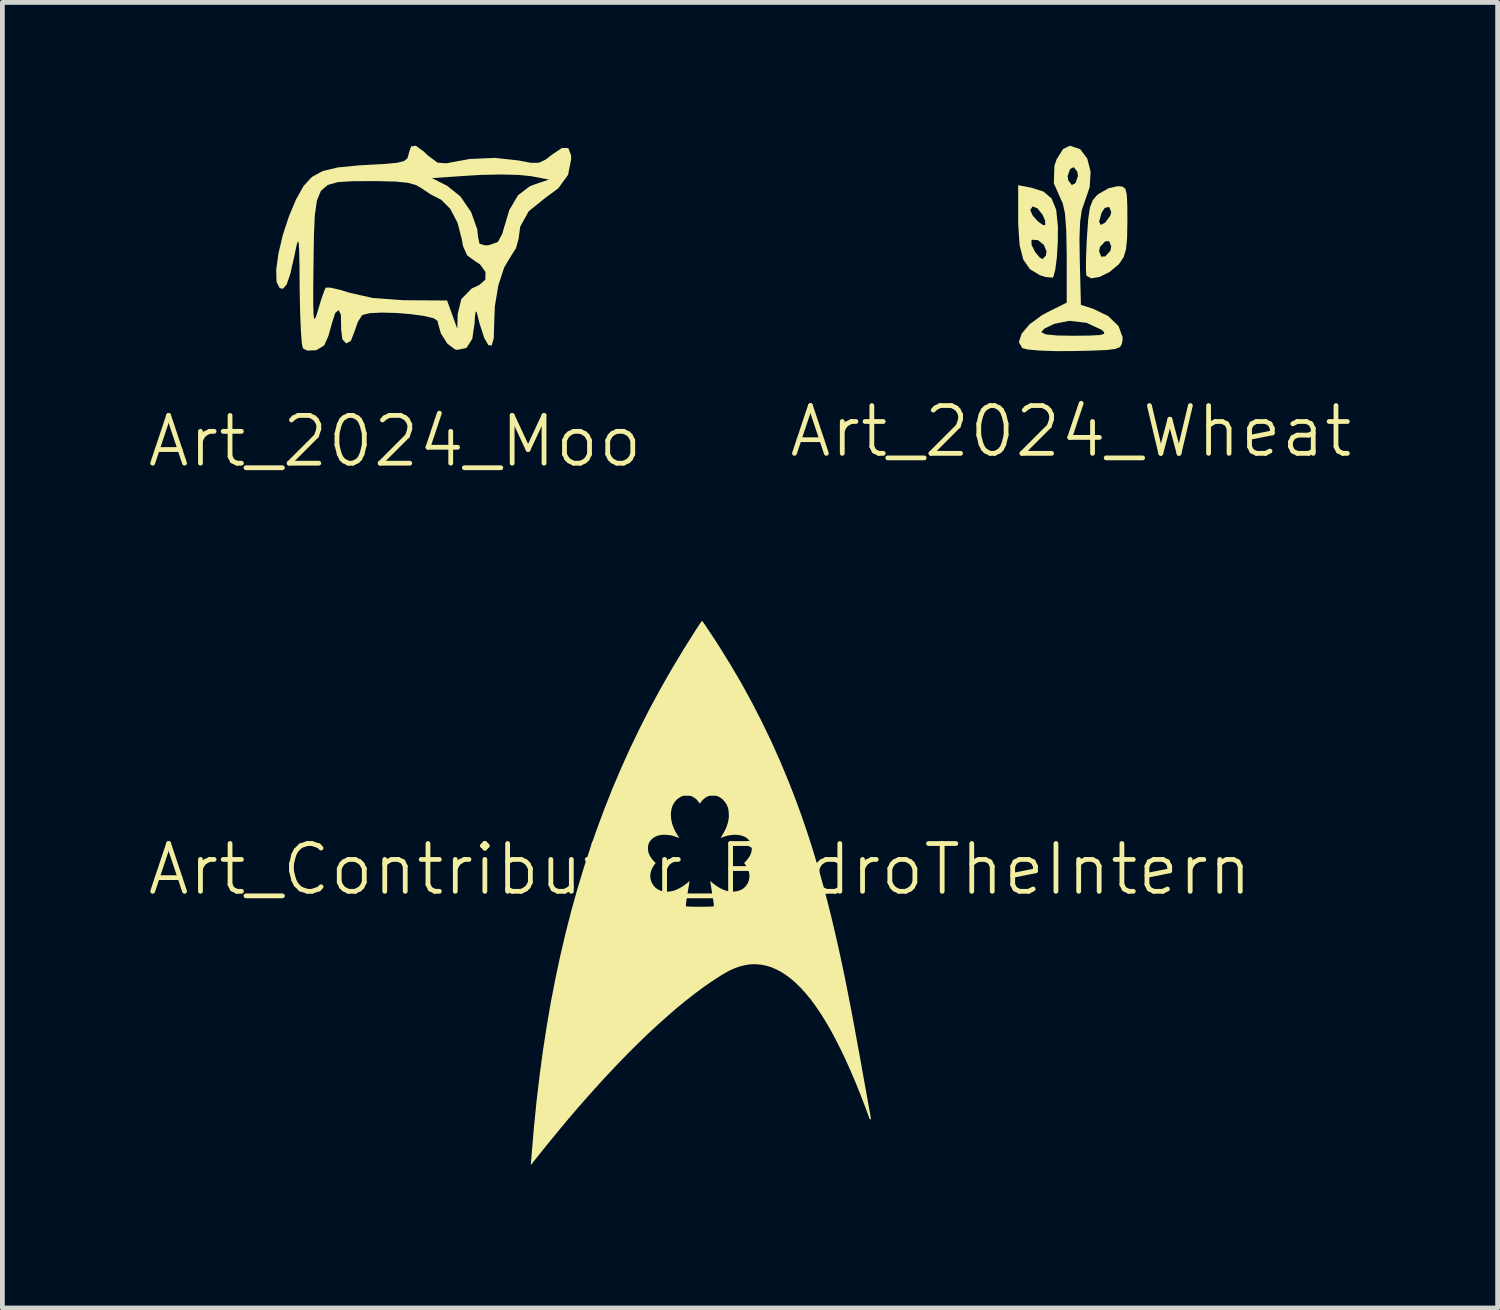
<source format=kicad_pcb>
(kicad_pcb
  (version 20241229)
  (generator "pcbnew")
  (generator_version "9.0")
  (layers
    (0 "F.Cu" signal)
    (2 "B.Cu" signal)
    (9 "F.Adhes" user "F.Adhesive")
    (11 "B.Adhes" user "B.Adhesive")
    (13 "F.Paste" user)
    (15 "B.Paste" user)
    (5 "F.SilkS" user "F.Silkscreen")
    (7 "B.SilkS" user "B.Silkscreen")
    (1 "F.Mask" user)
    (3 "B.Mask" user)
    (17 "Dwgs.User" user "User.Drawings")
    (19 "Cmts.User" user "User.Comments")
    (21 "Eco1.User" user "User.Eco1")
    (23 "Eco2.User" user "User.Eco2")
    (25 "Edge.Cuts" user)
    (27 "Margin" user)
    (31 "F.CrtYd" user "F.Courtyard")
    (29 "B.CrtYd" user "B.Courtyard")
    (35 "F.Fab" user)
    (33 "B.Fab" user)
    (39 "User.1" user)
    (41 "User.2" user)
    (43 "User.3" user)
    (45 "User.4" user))
  (footprint "Art_2024_Moo"
    (layer "F.Cu")
    (at 5.217 1.967)
    (property "Reference" "Art_2024_Moo" (at 0 4.22 0) (unlocked yes) (layer "F.SilkS") (effects (font (size 1 1) (thickness 0.1))))
    (attr smd)
    (fp_poly (pts (xy 0.603 -1.845) (xy 0.683 -1.768) (xy 0.888 -1.614) (xy 1.074 -1.598) (xy 1.089 -1.602) (xy 1.564 -1.69) (xy 2.091 -1.712) (xy 2.569 -1.661) (xy 2.58 -1.659) (xy 2.847 -1.609) (xy 3.016 -1.611) (xy 3.155 -1.678) (xy 3.28 -1.776) (xy 3.494 -1.92) (xy 3.627 -1.918) (xy 3.685 -1.769) (xy 3.688 -1.691) (xy 3.623 -1.359) (xy 3.419 -1.077) (xy 3.13 -0.863) (xy 2.797 -0.593) (xy 2.621 -0.274) (xy 2.587 -0.021) (xy 2.532 0.18) (xy 2.442 0.319) (xy 2.285 0.581) (xy 2.163 0.957) (xy 2.09 1.392) (xy 2.076 1.758) (xy 2.067 2.065) (xy 2.024 2.213) (xy 1.955 2.207) (xy 1.867 2.053) (xy 1.77 1.754) (xy 1.714 1.526) (xy 1.69 1.499) (xy 1.672 1.616) (xy 1.666 1.748) (xy 1.617 2.077) (xy 1.495 2.266) (xy 1.305 2.306) (xy 1.25 2.293) (xy 1.094 2.173) (xy 0.96 1.961) (xy 0.895 1.732) (xy 0.894 1.703) (xy 0.817 1.647) (xy 0.615 1.597) (xy 0.335 1.558) (xy 0.02 1.533) (xy -0.284 1.525) (xy -0.532 1.538) (xy -0.68 1.575) (xy -0.688 1.581) (xy -0.778 1.72) (xy -0.843 1.912) (xy -0.924 2.118) (xy -1.021 2.172) (xy -1.101 2.084) (xy -1.129 1.866) (xy -1.127 1.823) (xy -1.132 1.572) (xy -1.179 1.473) (xy -1.25 1.532) (xy -1.322 1.754) (xy -1.326 1.773) (xy -1.394 2.015) (xy -1.473 2.194) (xy -1.489 2.217) (xy -1.648 2.313) (xy -1.837 2.321) (xy -1.928 2.273) (xy -1.949 2.173) (xy -1.968 1.935) (xy -1.983 1.592) (xy -1.989 1.349) (xy -1.711 1.349) (xy -1.705 1.562) (xy -1.692 1.655) (xy -1.668 1.645) (xy -1.633 1.547) (xy -1.606 1.455) (xy -1.532 1.211) (xy -1.469 1.042) (xy -1.447 1.002) (xy -1.349 1.003) (xy -1.144 1.051) (xy -0.953 1.11) (xy -0.464 1.22) (xy 0.173 1.266) (xy 0.294 1.267) (xy 1.09 1.272) (xy 1.197 1.568) (xy 1.304 1.864) (xy 1.311 1.56) (xy 1.388 1.243) (xy 1.604 1.022) (xy 1.762 0.948) (xy 1.891 0.837) (xy 1.894 0.675) (xy 1.779 0.515) (xy 1.677 0.45) (xy 1.51 0.328) (xy 1.423 0.131) (xy 1.398 -0.01) (xy 1.309 -0.355) (xy 1.156 -0.647) (xy 0.968 -0.836) (xy 0.91 -0.864) (xy 0.738 -0.954) (xy 0.565 -1.071) (xy 0.438 -1.145) (xy 0.264 -1.192) (xy 0.007 -1.217) (xy -0.372 -1.226) (xy -0.501 -1.226) (xy -0.9 -1.224) (xy -1.197 -1.205) (xy -1.409 -1.145) (xy -1.549 -1.024) (xy -1.634 -0.821) (xy -1.678 -0.512) (xy -1.697 -0.078) (xy -1.705 0.497) (xy -1.711 0.999) (xy -1.711 1.349) (xy -1.989 1.349) (xy -1.993 1.176) (xy -1.995 1.025) (xy -1.999 0.559) (xy -2.005 0.247) (xy -2.014 0.076) (xy -2.03 0.03) (xy -2.054 0.095) (xy -2.089 0.256) (xy -2.107 0.346) (xy -2.191 0.716) (xy -2.267 0.937) (xy -2.344 1.026) (xy -2.414 1.014) (xy -2.48 0.881) (xy -2.486 0.628) (xy -2.44 0.29) (xy -2.348 -0.099) (xy -2.215 -0.502) (xy -2.068 -0.849) (xy -1.914 -1.123) (xy -1.762 -1.29) (xy 0.774 -1.29) (xy 1.095 -1.126) (xy 1.371 -0.904) (xy 1.593 -0.579) (xy 1.722 -0.217) (xy 1.739 -0.056) (xy 1.769 0.084) (xy 1.889 0.119) (xy 1.97 0.113) (xy 2.153 0.048) (xy 2.246 -0.124) (xy 2.257 -0.168) (xy 2.393 -0.622) (xy 2.576 -0.931) (xy 2.818 -1.116) (xy 2.903 -1.151) (xy 3.222 -1.259) (xy 2.841 -1.331) (xy 2.587 -1.356) (xy 2.224 -1.365) (xy 1.815 -1.357) (xy 1.617 -1.346) (xy 0.774 -1.29) (xy -1.762 -1.29) (xy -1.74 -1.313) (xy -1.512 -1.438) (xy -1.195 -1.513) (xy -0.754 -1.556) (xy -0.592 -1.565) (xy -0.205 -1.586) (xy 0.044 -1.61) (xy 0.187 -1.645) (xy 0.257 -1.699) (xy 0.283 -1.781) (xy 0.286 -1.798) (xy 0.336 -1.951) (xy 0.435 -1.967)) (stroke (width 0) (type solid)) (fill yes) (layer "F.SilkS")))
  (footprint "Art_Contributor_PedroTheIntern"
    (layer "F.Cu")
    (at 11.598 15.647)
    (property "Reference" "Art_Contributor_PedroTheIntern" (at 0 -0.5 0) (unlocked yes) (layer "F.SilkS") (effects (font (size 1 1) (thickness 0.1))))
    (attr smd)
    (fp_poly (pts (xy 0.05 -5.699) (xy 0.05 -5.699) (xy 0.057 -5.69) (xy 0.07 -5.672) (xy 0.089 -5.645) (xy 0.112 -5.611) (xy 0.139 -5.571) (xy 0.169 -5.526) (xy 0.201 -5.478) (xy 0.233 -5.429) (xy 0.267 -5.379) (xy 0.299 -5.33) (xy 0.33 -5.283) (xy 0.358 -5.24) (xy 0.383 -5.201) (xy 0.384 -5.2) (xy 0.631 -4.802) (xy 0.867 -4.401) (xy 1.09 -3.994) (xy 1.302 -3.581) (xy 1.503 -3.162) (xy 1.693 -2.736) (xy 1.853 -2.35) (xy 1.947 -2.112) (xy 2.038 -1.872) (xy 2.126 -1.629) (xy 2.211 -1.383) (xy 2.294 -1.133) (xy 2.374 -0.878) (xy 2.453 -0.617) (xy 2.53 -0.35) (xy 2.605 -0.077) (xy 2.678 0.204) (xy 2.751 0.493) (xy 2.822 0.792) (xy 2.892 1.1) (xy 2.962 1.418) (xy 3.031 1.747) (xy 3.099 2.088) (xy 3.168 2.441) (xy 3.193 2.573) (xy 3.203 2.63) (xy 3.215 2.695) (xy 3.229 2.768) (xy 3.244 2.848) (xy 3.259 2.934) (xy 3.276 3.026) (xy 3.294 3.122) (xy 3.312 3.222) (xy 3.331 3.324) (xy 3.35 3.429) (xy 3.369 3.535) (xy 3.388 3.641) (xy 3.407 3.747) (xy 3.426 3.852) (xy 3.444 3.954) (xy 3.462 4.054) (xy 3.48 4.149) (xy 3.496 4.241) (xy 3.511 4.326) (xy 3.525 4.406) (xy 3.538 4.478) (xy 3.55 4.543) (xy 3.56 4.599) (xy 3.568 4.645) (xy 3.574 4.681) (xy 3.578 4.706) (xy 3.58 4.719) (xy 3.58 4.721) (xy 3.575 4.731) (xy 3.568 4.733) (xy 3.559 4.728) (xy 3.549 4.711) (xy 3.544 4.698) (xy 3.53 4.66) (xy 3.512 4.611) (xy 3.491 4.554) (xy 3.468 4.492) (xy 3.443 4.427) (xy 3.418 4.361) (xy 3.393 4.296) (xy 3.369 4.235) (xy 3.357 4.203) (xy 3.253 3.946) (xy 3.149 3.702) (xy 3.045 3.471) (xy 2.941 3.254) (xy 2.837 3.049) (xy 2.734 2.857) (xy 2.63 2.678) (xy 2.526 2.512) (xy 2.422 2.359) (xy 2.318 2.218) (xy 2.213 2.09) (xy 2.108 1.975) (xy 2.003 1.871) (xy 1.897 1.781) (xy 1.791 1.702) (xy 1.685 1.636) (xy 1.61 1.597) (xy 1.497 1.548) (xy 1.386 1.513) (xy 1.275 1.492) (xy 1.163 1.483) (xy 1.051 1.487) (xy 0.938 1.505) (xy 0.822 1.535) (xy 0.74 1.564) (xy 0.69 1.585) (xy 0.639 1.608) (xy 0.586 1.635) (xy 0.529 1.667) (xy 0.465 1.705) (xy 0.405 1.742) (xy 0.238 1.851) (xy 0.064 1.972) (xy -0.114 2.105) (xy -0.298 2.249) (xy -0.486 2.403) (xy -0.678 2.569) (xy -0.874 2.744) (xy -1.074 2.929) (xy -1.277 3.125) (xy -1.483 3.329) (xy -1.692 3.543) (xy -1.903 3.766) (xy -2.116 3.997) (xy -2.331 4.236) (xy -2.548 4.483) (xy -2.766 4.739) (xy -2.77 4.743) (xy -2.817 4.799) (xy -2.867 4.86) (xy -2.921 4.924) (xy -2.977 4.992) (xy -3.034 5.062) (xy -3.092 5.132) (xy -3.149 5.202) (xy -3.206 5.272) (xy -3.26 5.339) (xy -3.311 5.403) (xy -3.359 5.462) (xy -3.403 5.517) (xy -3.441 5.565) (xy -3.473 5.605) (xy -3.498 5.638) (xy -3.513 5.658) (xy -3.527 5.674) (xy -3.535 5.679) (xy -3.538 5.67) (xy -3.536 5.652) (xy -3.535 5.637) (xy -3.533 5.612) (xy -3.53 5.577) (xy -3.527 5.536) (xy -3.523 5.49) (xy -3.52 5.45) (xy -3.473 4.898) (xy -3.419 4.356) (xy -3.356 3.824) (xy -3.286 3.303) (xy -3.207 2.791) (xy -3.121 2.289) (xy -3.026 1.797) (xy -2.923 1.313) (xy -2.812 0.838) (xy -2.693 0.372) (xy -2.565 -0.086) (xy -2.429 -0.536) (xy -2.291 -0.959) (xy -1.086 -0.959) (xy -1.085 -0.906) (xy -1.076 -0.855) (xy -1.073 -0.846) (xy -1.047 -0.785) (xy -1.008 -0.725) (xy -0.966 -0.676) (xy -0.926 -0.635) (xy -0.956 -0.594) (xy -0.996 -0.53) (xy -1.023 -0.465) (xy -1.037 -0.401) (xy -1.038 -0.336) (xy -1.025 -0.272) (xy -1.003 -0.215) (xy -0.969 -0.161) (xy -0.927 -0.116) (xy -0.877 -0.081) (xy -0.82 -0.055) (xy -0.758 -0.039) (xy -0.691 -0.034) (xy -0.621 -0.039) (xy -0.549 -0.055) (xy -0.493 -0.075) (xy -0.42 -0.11) (xy -0.347 -0.155) (xy -0.276 -0.207) (xy -0.238 -0.239) (xy -0.223 -0.252) (xy -0.216 -0.257) (xy -0.215 -0.253) (xy -0.216 -0.246) (xy -0.219 -0.232) (xy -0.224 -0.206) (xy -0.229 -0.172) (xy -0.236 -0.131) (xy -0.244 -0.086) (xy -0.252 -0.037) (xy -0.26 0.014) (xy -0.267 0.063) (xy -0.275 0.11) (xy -0.281 0.153) (xy -0.286 0.19) (xy -0.29 0.218) (xy -0.293 0.237) (xy -0.293 0.243) (xy -0.291 0.26) (xy -0.285 0.272) (xy -0.277 0.274) (xy -0.257 0.276) (xy -0.226 0.277) (xy -0.188 0.279) (xy -0.143 0.28) (xy -0.094 0.28) (xy -0.041 0.281) (xy 0.013 0.281) (xy 0.066 0.28) (xy 0.117 0.28) (xy 0.165 0.279) (xy 0.207 0.278) (xy 0.242 0.277) (xy 0.267 0.275) (xy 0.282 0.273) (xy 0.285 0.272) (xy 0.291 0.26) (xy 0.293 0.243) (xy 0.293 0.242) (xy 0.292 0.232) (xy 0.289 0.21) (xy 0.285 0.179) (xy 0.279 0.14) (xy 0.272 0.096) (xy 0.265 0.048) (xy 0.257 -0.002) (xy 0.249 -0.052) (xy 0.241 -0.1) (xy 0.234 -0.145) (xy 0.228 -0.184) (xy 0.222 -0.215) (xy 0.218 -0.237) (xy 0.217 -0.245) (xy 0.216 -0.252) (xy 0.221 -0.251) (xy 0.232 -0.244) (xy 0.251 -0.228) (xy 0.255 -0.225) (xy 0.336 -0.162) (xy 0.416 -0.112) (xy 0.496 -0.074) (xy 0.574 -0.048) (xy 0.65 -0.035) (xy 0.725 -0.036) (xy 0.789 -0.047) (xy 0.854 -0.069) (xy 0.909 -0.101) (xy 0.955 -0.143) (xy 0.992 -0.194) (xy 1.003 -0.215) (xy 1.027 -0.277) (xy 1.038 -0.342) (xy 1.035 -0.407) (xy 1.02 -0.472) (xy 0.992 -0.536) (xy 0.956 -0.594) (xy 0.926 -0.635) (xy 0.966 -0.676) (xy 1.015 -0.735) (xy 1.052 -0.795) (xy 1.073 -0.846) (xy 1.084 -0.897) (xy 1.087 -0.951) (xy 1.081 -1.004) (xy 1.067 -1.05) (xy 1.063 -1.057) (xy 1.039 -1.097) (xy 1.005 -1.135) (xy 0.968 -1.167) (xy 0.94 -1.183) (xy 0.878 -1.207) (xy 0.809 -1.222) (xy 0.734 -1.226) (xy 0.655 -1.221) (xy 0.574 -1.206) (xy 0.513 -1.188) (xy 0.485 -1.178) (xy 0.461 -1.169) (xy 0.445 -1.162) (xy 0.441 -1.161) (xy 0.436 -1.16) (xy 0.438 -1.167) (xy 0.447 -1.183) (xy 0.463 -1.208) (xy 0.514 -1.296) (xy 0.555 -1.384) (xy 0.584 -1.47) (xy 0.6 -1.541) (xy 0.605 -1.584) (xy 0.606 -1.633) (xy 0.604 -1.683) (xy 0.6 -1.731) (xy 0.593 -1.773) (xy 0.588 -1.793) (xy 0.562 -1.855) (xy 0.526 -1.912) (xy 0.482 -1.961) (xy 0.432 -2.001) (xy 0.4 -2.019) (xy 0.378 -2.029) (xy 0.361 -2.036) (xy 0.345 -2.041) (xy 0.325 -2.043) (xy 0.299 -2.043) (xy 0.274 -2.043) (xy 0.24 -2.043) (xy 0.215 -2.042) (xy 0.197 -2.039) (xy 0.18 -2.034) (xy 0.162 -2.027) (xy 0.151 -2.022) (xy 0.119 -2.003) (xy 0.086 -1.978) (xy 0.055 -1.95) (xy 0.03 -1.921) (xy 0.017 -1.9) (xy 0.008 -1.886) (xy 0.002 -1.88) (xy 0.001 -1.88) (xy -0.005 -1.885) (xy -0.016 -1.898) (xy -0.03 -1.917) (xy -0.032 -1.919) (xy -0.072 -1.967) (xy -0.12 -2.004) (xy -0.157 -2.025) (xy -0.176 -2.033) (xy -0.192 -2.038) (xy -0.21 -2.041) (xy -0.234 -2.043) (xy -0.266 -2.043) (xy -0.274 -2.043) (xy -0.307 -2.043) (xy -0.331 -2.042) (xy -0.349 -2.04) (xy -0.366 -2.035) (xy -0.384 -2.027) (xy -0.402 -2.018) (xy -0.459 -1.983) (xy -0.507 -1.938) (xy -0.547 -1.884) (xy -0.577 -1.821) (xy -0.596 -1.752) (xy -0.606 -1.676) (xy -0.607 -1.646) (xy -0.601 -1.559) (xy -0.585 -1.474) (xy -0.558 -1.39) (xy -0.519 -1.304) (xy -0.467 -1.216) (xy -0.463 -1.208) (xy -0.447 -1.183) (xy -0.437 -1.168) (xy -0.435 -1.16) (xy -0.437 -1.159) (xy -0.445 -1.162) (xy -0.445 -1.162) (xy -0.465 -1.171) (xy -0.494 -1.181) (xy -0.528 -1.192) (xy -0.563 -1.203) (xy -0.592 -1.211) (xy -0.631 -1.218) (xy -0.678 -1.223) (xy -0.728 -1.225) (xy -0.776 -1.225) (xy -0.818 -1.221) (xy -0.841 -1.217) (xy -0.905 -1.198) (xy -0.961 -1.17) (xy -1.008 -1.133) (xy -1.045 -1.09) (xy -1.065 -1.055) (xy -1.08 -1.01) (xy -1.086 -0.959) (xy -2.291 -0.959) (xy -2.285 -0.977) (xy -2.169 -1.307) (xy -2.005 -1.751) (xy -1.832 -2.187) (xy -1.65 -2.615) (xy -1.46 -3.037) (xy -1.259 -3.454) (xy -1.049 -3.867) (xy -0.827 -4.277) (xy -0.594 -4.685) (xy -0.349 -5.093) (xy -0.092 -5.502) (xy -0.055 -5.559) (xy -0.025 -5.605) (xy -0.001 -5.64) (xy 0.017 -5.666) (xy 0.03 -5.684) (xy 0.04 -5.695) (xy 0.046 -5.7)) (stroke (width 0) (type solid)) (fill yes) (layer "F.SilkS")))
  (footprint "Art_2024_Wheat"
    (layer "F.Cu")
    (at 19.364 2.241)
    (property "Reference" "Art_2024_Wheat" (at 0 3.74 0) (unlocked yes) (layer "F.SilkS") (effects (font (size 1 1) (thickness 0.1))))
    (attr smd)
    (fp_poly (pts (xy -0.829 -1.362) (xy -0.573 -1.281) (xy -0.404 -1.136) (xy -0.308 -0.901) (xy -0.272 -0.547) (xy -0.275 -0.224) (xy -0.295 0.105) (xy -0.329 0.361) (xy -0.368 0.504) (xy -0.384 0.52) (xy -0.524 0.508) (xy -0.65 0.469) (xy -0.859 0.342) (xy -0.997 0.142) (xy -1.074 -0.16) (xy -1.081 -0.26) (xy -0.826 -0.26) (xy -0.823 -0.164) (xy -0.75 -0.018) (xy -0.65 0.102) (xy -0.593 0.13) (xy -0.525 0.059) (xy -0.511 -0.03) (xy -0.567 -0.166) (xy -0.688 -0.264) (xy -0.808 -0.274) (xy -0.826 -0.26) (xy -1.081 -0.26) (xy -1.103 -0.593) (xy -1.104 -0.704) (xy -1.104 -0.892) (xy -0.85 -0.892) (xy -0.801 -0.782) (xy -0.692 -0.658) (xy -0.582 -0.579) (xy -0.537 -0.579) (xy -0.541 -0.673) (xy -0.592 -0.794) (xy -0.7 -0.93) (xy -0.802 -0.971) (xy -0.85 -0.898) (xy -0.85 -0.892) (xy -1.104 -0.892) (xy -1.104 -1.415)) (stroke (width 0) (type solid)) (fill yes) (layer "F.SilkS"))
    (fp_poly (pts (xy 1.078 -1.386) (xy 1.138 -1.341) (xy 1.169 -1.223) (xy 1.18 -1.001) (xy 1.182 -0.679) (xy 1.176 -0.314) (xy 1.153 -0.072) (xy 1.103 0.091) (xy 1.016 0.221) (xy 0.992 0.249) (xy 0.808 0.402) (xy 0.602 0.504) (xy 0.424 0.535) (xy 0.325 0.48) (xy 0.324 0.476) (xy 0.314 0.355) (xy 0.316 0.11) (xy 0.322 -0.033) (xy 0.59 -0.033) (xy 0.634 0.081) (xy 0.717 0.076) (xy 0.824 -0.04) (xy 0.844 -0.131) (xy 0.799 -0.245) (xy 0.717 -0.239) (xy 0.609 -0.124) (xy 0.59 -0.033) (xy 0.322 -0.033) (xy 0.329 -0.214) (xy 0.336 -0.342) (xy 0.358 -0.646) (xy 0.59 -0.646) (xy 0.627 -0.583) (xy 0.717 -0.632) (xy 0.824 -0.776) (xy 0.844 -0.854) (xy 0.8 -0.96) (xy 0.709 -0.94) (xy 0.641 -0.837) (xy 0.59 -0.646) (xy 0.358 -0.646) (xy 0.362 -0.708) (xy 0.398 -0.946) (xy 0.455 -1.097) (xy 0.543 -1.203) (xy 0.578 -1.232) (xy 0.791 -1.352) (xy 0.98 -1.394)) (stroke (width 0) (type solid)) (fill yes) (layer "F.SilkS"))
    (fp_poly (pts (xy 0.195 -2.168) (xy 0.342 -1.973) (xy 0.412 -1.696) (xy 0.393 -1.375) (xy 0.29 -1.075) (xy 0.229 -0.901) (xy 0.193 -0.656) (xy 0.179 -0.308) (xy 0.185 0.137) (xy 0.209 1.09) (xy 0.463 1.171) (xy 0.78 1.324) (xy 0.997 1.534) (xy 1.082 1.768) (xy 1.08 1.82) (xy 1.065 1.912) (xy 1.024 1.974) (xy 0.927 2.013) (xy 0.747 2.035) (xy 0.452 2.047) (xy 0.082 2.056) (xy -0.318 2.058) (xy -0.661 2.046) (xy -0.91 2.023) (xy -1.019 1.995) (xy -1.09 1.868) (xy -1.031 1.691) (xy -1.005 1.661) (xy -0.62 1.661) (xy -0.529 1.707) (xy -0.279 1.731) (xy 0.055 1.736) (xy 0.407 1.732) (xy 0.613 1.72) (xy 0.699 1.695) (xy 0.687 1.651) (xy 0.638 1.61) (xy 0.329 1.466) (xy -0.035 1.424) (xy -0.345 1.486) (xy -0.557 1.588) (xy -0.62 1.661) (xy -1.005 1.661) (xy -0.863 1.494) (xy -0.605 1.305) (xy -0.49 1.243) (xy -0.088 1.043) (xy -0.088 0.055) (xy -0.097 -0.458) (xy -0.124 -0.818) (xy -0.172 -1.04) (xy -0.202 -1.1) (xy -0.358 -1.456) (xy -0.353 -1.604) (xy -0.07 -1.604) (xy -0.054 -1.513) (xy 0.019 -1.418) (xy 0.096 -1.459) (xy 0.148 -1.608) (xy 0.132 -1.699) (xy 0.06 -1.793) (xy -0.017 -1.753) (xy -0.07 -1.604) (xy -0.353 -1.604) (xy -0.346 -1.821) (xy -0.299 -1.958) (xy -0.163 -2.173) (xy -0.021 -2.241)) (stroke (width 0) (type solid)) (fill yes) (layer "F.SilkS")))
  (gr_rect
    (start -3 -3)
    (end 28.295 24.326)
    (stroke (width 0.1) (type default))
    (fill no)
    (layer "Edge.Cuts")))
</source>
